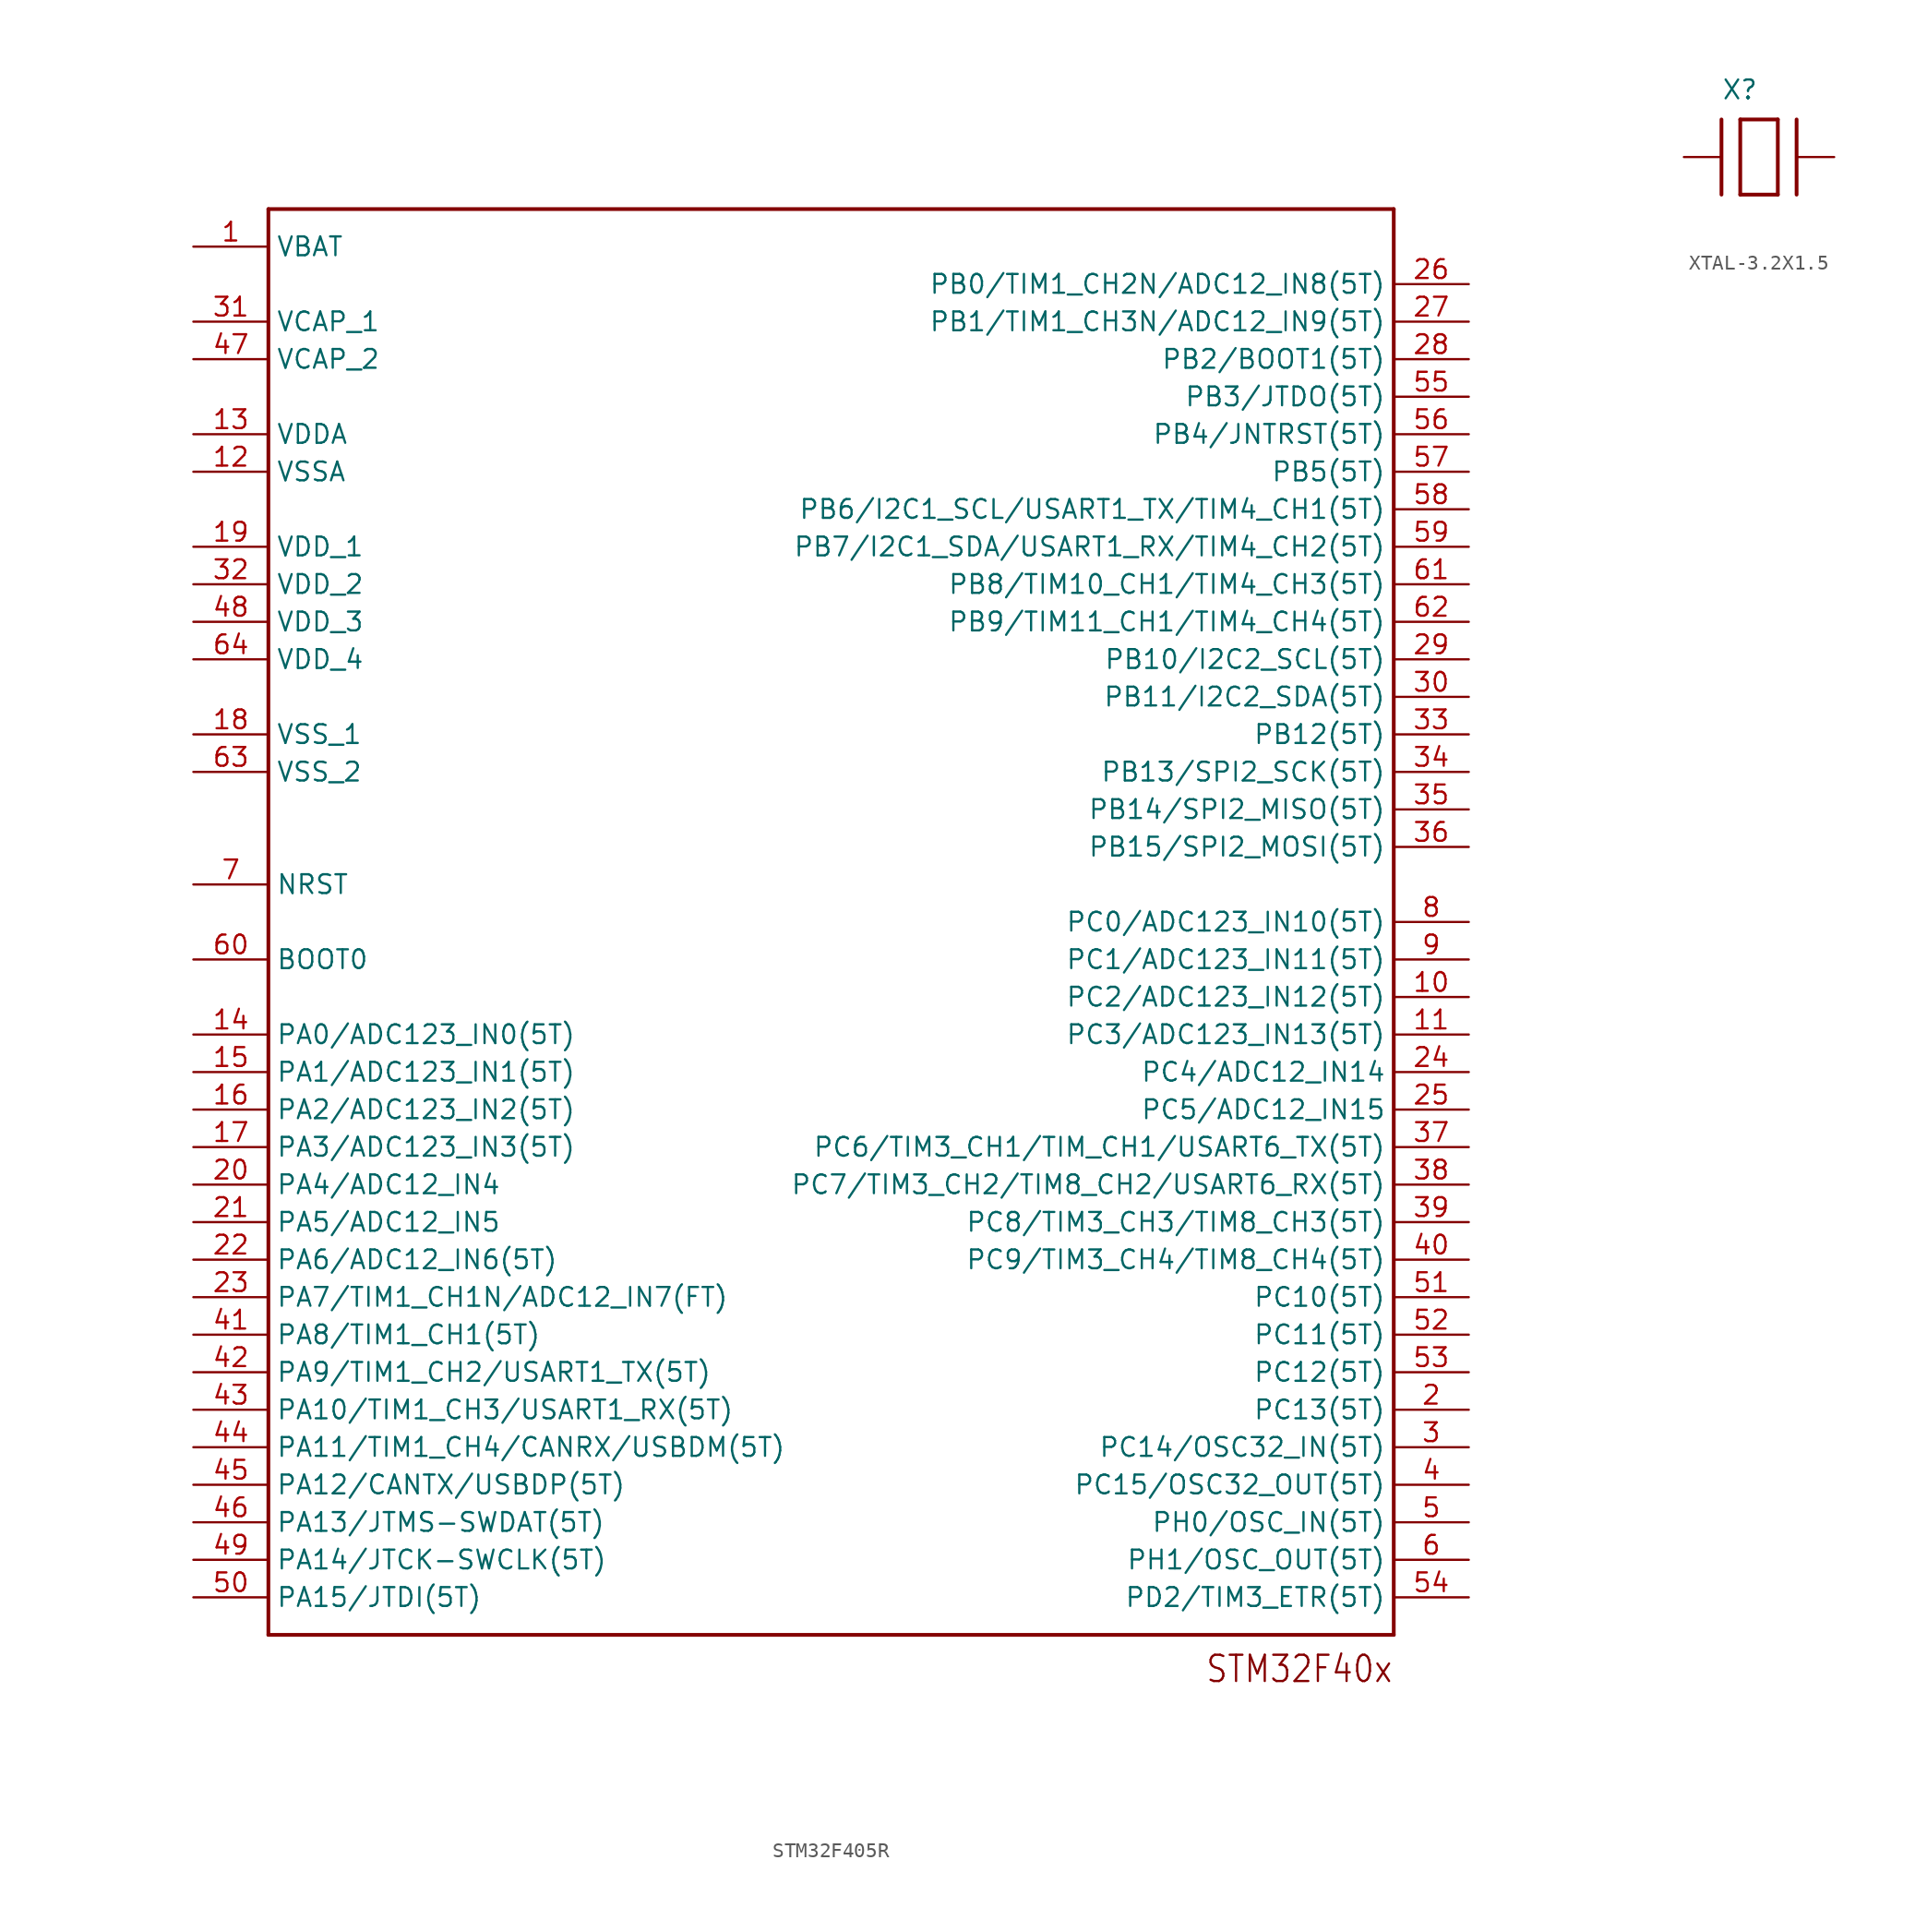
<source format=kicad_sym>
(kicad_symbol_lib
  (version 20220914)
  (generator kicad_symbol_editor)
  (symbol "STM32F405R"
    (property "Reference" ""
      (at -38.1 49.53 0)
      (effects (font (size 1.778 1.511)) (justify left bottom) hide))
    (property "ki_locked" ""
      (at 0 0 0)
      (effects (font (size 1.27 1.27))))
    (symbol "STM32F405R_1_0"
      (polyline (pts (xy -38.1 -48.26) (xy -38.1 48.26)) (stroke (width 0.254) (type solid)) (fill (type none)))
      (polyline (pts (xy -38.1 48.26) (xy 38.1 48.26)) (stroke (width 0.254) (type solid)) (fill (type none)))
      (polyline (pts (xy 38.1 -48.26) (xy -38.1 -48.26)) (stroke (width 0.254) (type solid)) (fill (type none)))
      (polyline (pts (xy 38.1 48.26) (xy 38.1 -48.26)) (stroke (width 0.254) (type solid)) (fill (type none)))
      (text "STM32F40x" (at 38.1 -49.53 0) (effects (font (size 1.778 1.511)) (justify right top)))
      (pin bidirectional line (at -43.18 45.72 0) (length 5.08) (name "VBAT" (effects (font (size 1.27 1.27)))) (number "1" (effects (font (size 1.27 1.27)))))
      (pin bidirectional line (at 43.18 -5.08 180) (length 5.08) (name "PC2/ADC123_IN12(5T)" (effects (font (size 1.27 1.27)))) (number "10" (effects (font (size 1.27 1.27)))))
      (pin bidirectional line (at 43.18 -7.62 180) (length 5.08) (name "PC3/ADC123_IN13(5T)" (effects (font (size 1.27 1.27)))) (number "11" (effects (font (size 1.27 1.27)))))
      (pin bidirectional line (at -43.18 30.48 0) (length 5.08) (name "VSSA" (effects (font (size 1.27 1.27)))) (number "12" (effects (font (size 1.27 1.27)))))
      (pin bidirectional line (at -43.18 33.02 0) (length 5.08) (name "VDDA" (effects (font (size 1.27 1.27)))) (number "13" (effects (font (size 1.27 1.27)))))
      (pin bidirectional line (at -43.18 -7.62 0) (length 5.08) (name "PA0/ADC123_IN0(5T)" (effects (font (size 1.27 1.27)))) (number "14" (effects (font (size 1.27 1.27)))))
      (pin bidirectional line (at -43.18 -10.16 0) (length 5.08) (name "PA1/ADC123_IN1(5T)" (effects (font (size 1.27 1.27)))) (number "15" (effects (font (size 1.27 1.27)))))
      (pin bidirectional line (at -43.18 -12.7 0) (length 5.08) (name "PA2/ADC123_IN2(5T)" (effects (font (size 1.27 1.27)))) (number "16" (effects (font (size 1.27 1.27)))))
      (pin bidirectional line (at -43.18 -15.24 0) (length 5.08) (name "PA3/ADC123_IN3(5T)" (effects (font (size 1.27 1.27)))) (number "17" (effects (font (size 1.27 1.27)))))
      (pin bidirectional line (at -43.18 12.7 0) (length 5.08) (name "VSS_1" (effects (font (size 1.27 1.27)))) (number "18" (effects (font (size 1.27 1.27)))))
      (pin bidirectional line (at -43.18 25.4 0) (length 5.08) (name "VDD_1" (effects (font (size 1.27 1.27)))) (number "19" (effects (font (size 1.27 1.27)))))
      (pin bidirectional line (at 43.18 -33.02 180) (length 5.08) (name "PC13(5T)" (effects (font (size 1.27 1.27)))) (number "2" (effects (font (size 1.27 1.27)))))
      (pin bidirectional line (at -43.18 -17.78 0) (length 5.08) (name "PA4/ADC12_IN4" (effects (font (size 1.27 1.27)))) (number "20" (effects (font (size 1.27 1.27)))))
      (pin bidirectional line (at -43.18 -20.32 0) (length 5.08) (name "PA5/ADC12_IN5" (effects (font (size 1.27 1.27)))) (number "21" (effects (font (size 1.27 1.27)))))
      (pin bidirectional line (at -43.18 -22.86 0) (length 5.08) (name "PA6/ADC12_IN6(5T)" (effects (font (size 1.27 1.27)))) (number "22" (effects (font (size 1.27 1.27)))))
      (pin bidirectional line (at -43.18 -25.4 0) (length 5.08) (name "PA7/TIM1_CH1N/ADC12_IN7(FT)" (effects (font (size 1.27 1.27)))) (number "23" (effects (font (size 1.27 1.27)))))
      (pin bidirectional line (at 43.18 -10.16 180) (length 5.08) (name "PC4/ADC12_IN14" (effects (font (size 1.27 1.27)))) (number "24" (effects (font (size 1.27 1.27)))))
      (pin bidirectional line (at 43.18 -12.7 180) (length 5.08) (name "PC5/ADC12_IN15" (effects (font (size 1.27 1.27)))) (number "25" (effects (font (size 1.27 1.27)))))
      (pin bidirectional line (at 43.18 43.18 180) (length 5.08) (name "PB0/TIM1_CH2N/ADC12_IN8(5T)" (effects (font (size 1.27 1.27)))) (number "26" (effects (font (size 1.27 1.27)))))
      (pin bidirectional line (at 43.18 40.64 180) (length 5.08) (name "PB1/TIM1_CH3N/ADC12_IN9(5T)" (effects (font (size 1.27 1.27)))) (number "27" (effects (font (size 1.27 1.27)))))
      (pin bidirectional line (at 43.18 38.1 180) (length 5.08) (name "PB2/BOOT1(5T)" (effects (font (size 1.27 1.27)))) (number "28" (effects (font (size 1.27 1.27)))))
      (pin bidirectional line (at 43.18 17.78 180) (length 5.08) (name "PB10/I2C2_SCL(5T)" (effects (font (size 1.27 1.27)))) (number "29" (effects (font (size 1.27 1.27)))))
      (pin bidirectional line (at 43.18 -35.56 180) (length 5.08) (name "PC14/OSC32_IN(5T)" (effects (font (size 1.27 1.27)))) (number "3" (effects (font (size 1.27 1.27)))))
      (pin bidirectional line (at 43.18 15.24 180) (length 5.08) (name "PB11/I2C2_SDA(5T)" (effects (font (size 1.27 1.27)))) (number "30" (effects (font (size 1.27 1.27)))))
      (pin bidirectional line (at -43.18 40.64 0) (length 5.08) (name "VCAP_1" (effects (font (size 1.27 1.27)))) (number "31" (effects (font (size 1.27 1.27)))))
      (pin bidirectional line (at -43.18 22.86 0) (length 5.08) (name "VDD_2" (effects (font (size 1.27 1.27)))) (number "32" (effects (font (size 1.27 1.27)))))
      (pin bidirectional line (at 43.18 12.7 180) (length 5.08) (name "PB12(5T)" (effects (font (size 1.27 1.27)))) (number "33" (effects (font (size 1.27 1.27)))))
      (pin bidirectional line (at 43.18 10.16 180) (length 5.08) (name "PB13/SPI2_SCK(5T)" (effects (font (size 1.27 1.27)))) (number "34" (effects (font (size 1.27 1.27)))))
      (pin bidirectional line (at 43.18 7.62 180) (length 5.08) (name "PB14/SPI2_MISO(5T)" (effects (font (size 1.27 1.27)))) (number "35" (effects (font (size 1.27 1.27)))))
      (pin bidirectional line (at 43.18 5.08 180) (length 5.08) (name "PB15/SPI2_MOSI(5T)" (effects (font (size 1.27 1.27)))) (number "36" (effects (font (size 1.27 1.27)))))
      (pin bidirectional line (at 43.18 -15.24 180) (length 5.08) (name "PC6/TIM3_CH1/TIM_CH1/USART6_TX(5T)" (effects (font (size 1.27 1.27)))) (number "37" (effects (font (size 1.27 1.27)))))
      (pin bidirectional line (at 43.18 -17.78 180) (length 5.08) (name "PC7/TIM3_CH2/TIM8_CH2/USART6_RX(5T)" (effects (font (size 1.27 1.27)))) (number "38" (effects (font (size 1.27 1.27)))))
      (pin bidirectional line (at 43.18 -20.32 180) (length 5.08) (name "PC8/TIM3_CH3/TIM8_CH3(5T)" (effects (font (size 1.27 1.27)))) (number "39" (effects (font (size 1.27 1.27)))))
      (pin bidirectional line (at 43.18 -38.1 180) (length 5.08) (name "PC15/OSC32_OUT(5T)" (effects (font (size 1.27 1.27)))) (number "4" (effects (font (size 1.27 1.27)))))
      (pin bidirectional line (at 43.18 -22.86 180) (length 5.08) (name "PC9/TIM3_CH4/TIM8_CH4(5T)" (effects (font (size 1.27 1.27)))) (number "40" (effects (font (size 1.27 1.27)))))
      (pin bidirectional line (at -43.18 -27.94 0) (length 5.08) (name "PA8/TIM1_CH1(5T)" (effects (font (size 1.27 1.27)))) (number "41" (effects (font (size 1.27 1.27)))))
      (pin bidirectional line (at -43.18 -30.48 0) (length 5.08) (name "PA9/TIM1_CH2/USART1_TX(5T)" (effects (font (size 1.27 1.27)))) (number "42" (effects (font (size 1.27 1.27)))))
      (pin bidirectional line (at -43.18 -33.02 0) (length 5.08) (name "PA10/TIM1_CH3/USART1_RX(5T)" (effects (font (size 1.27 1.27)))) (number "43" (effects (font (size 1.27 1.27)))))
      (pin bidirectional line (at -43.18 -35.56 0) (length 5.08) (name "PA11/TIM1_CH4/CANRX/USBDM(5T)" (effects (font (size 1.27 1.27)))) (number "44" (effects (font (size 1.27 1.27)))))
      (pin bidirectional line (at -43.18 -38.1 0) (length 5.08) (name "PA12/CANTX/USBDP(5T)" (effects (font (size 1.27 1.27)))) (number "45" (effects (font (size 1.27 1.27)))))
      (pin bidirectional line (at -43.18 -40.64 0) (length 5.08) (name "PA13/JTMS-SWDAT(5T)" (effects (font (size 1.27 1.27)))) (number "46" (effects (font (size 1.27 1.27)))))
      (pin bidirectional line (at -43.18 38.1 0) (length 5.08) (name "VCAP_2" (effects (font (size 1.27 1.27)))) (number "47" (effects (font (size 1.27 1.27)))))
      (pin bidirectional line (at -43.18 20.32 0) (length 5.08) (name "VDD_3" (effects (font (size 1.27 1.27)))) (number "48" (effects (font (size 1.27 1.27)))))
      (pin bidirectional line (at -43.18 -43.18 0) (length 5.08) (name "PA14/JTCK-SWCLK(5T)" (effects (font (size 1.27 1.27)))) (number "49" (effects (font (size 1.27 1.27)))))
      (pin bidirectional line (at 43.18 -40.64 180) (length 5.08) (name "PH0/OSC_IN(5T)" (effects (font (size 1.27 1.27)))) (number "5" (effects (font (size 1.27 1.27)))))
      (pin bidirectional line (at -43.18 -45.72 0) (length 5.08) (name "PA15/JTDI(5T)" (effects (font (size 1.27 1.27)))) (number "50" (effects (font (size 1.27 1.27)))))
      (pin bidirectional line (at 43.18 -25.4 180) (length 5.08) (name "PC10(5T)" (effects (font (size 1.27 1.27)))) (number "51" (effects (font (size 1.27 1.27)))))
      (pin bidirectional line (at 43.18 -27.94 180) (length 5.08) (name "PC11(5T)" (effects (font (size 1.27 1.27)))) (number "52" (effects (font (size 1.27 1.27)))))
      (pin bidirectional line (at 43.18 -30.48 180) (length 5.08) (name "PC12(5T)" (effects (font (size 1.27 1.27)))) (number "53" (effects (font (size 1.27 1.27)))))
      (pin bidirectional line (at 43.18 -45.72 180) (length 5.08) (name "PD2/TIM3_ETR(5T)" (effects (font (size 1.27 1.27)))) (number "54" (effects (font (size 1.27 1.27)))))
      (pin bidirectional line (at 43.18 35.56 180) (length 5.08) (name "PB3/JTDO(5T)" (effects (font (size 1.27 1.27)))) (number "55" (effects (font (size 1.27 1.27)))))
      (pin bidirectional line (at 43.18 33.02 180) (length 5.08) (name "PB4/JNTRST(5T)" (effects (font (size 1.27 1.27)))) (number "56" (effects (font (size 1.27 1.27)))))
      (pin bidirectional line (at 43.18 30.48 180) (length 5.08) (name "PB5(5T)" (effects (font (size 1.27 1.27)))) (number "57" (effects (font (size 1.27 1.27)))))
      (pin bidirectional line (at 43.18 27.94 180) (length 5.08) (name "PB6/I2C1_SCL/USART1_TX/TIM4_CH1(5T)" (effects (font (size 1.27 1.27)))) (number "58" (effects (font (size 1.27 1.27)))))
      (pin bidirectional line (at 43.18 25.4 180) (length 5.08) (name "PB7/I2C1_SDA/USART1_RX/TIM4_CH2(5T)" (effects (font (size 1.27 1.27)))) (number "59" (effects (font (size 1.27 1.27)))))
      (pin bidirectional line (at 43.18 -43.18 180) (length 5.08) (name "PH1/OSC_OUT(5T)" (effects (font (size 1.27 1.27)))) (number "6" (effects (font (size 1.27 1.27)))))
      (pin bidirectional line (at -43.18 -2.54 0) (length 5.08) (name "BOOT0" (effects (font (size 1.27 1.27)))) (number "60" (effects (font (size 1.27 1.27)))))
      (pin bidirectional line (at 43.18 22.86 180) (length 5.08) (name "PB8/TIM10_CH1/TIM4_CH3(5T)" (effects (font (size 1.27 1.27)))) (number "61" (effects (font (size 1.27 1.27)))))
      (pin bidirectional line (at 43.18 20.32 180) (length 5.08) (name "PB9/TIM11_CH1/TIM4_CH4(5T)" (effects (font (size 1.27 1.27)))) (number "62" (effects (font (size 1.27 1.27)))))
      (pin bidirectional line (at -43.18 10.16 0) (length 5.08) (name "VSS_2" (effects (font (size 1.27 1.27)))) (number "63" (effects (font (size 1.27 1.27)))))
      (pin bidirectional line (at -43.18 17.78 0) (length 5.08) (name "VDD_4" (effects (font (size 1.27 1.27)))) (number "64" (effects (font (size 1.27 1.27)))))
      (pin bidirectional line (at -43.18 2.54 0) (length 5.08) (name "NRST" (effects (font (size 1.27 1.27)))) (number "7" (effects (font (size 1.27 1.27)))))
      (pin bidirectional line (at 43.18 0 180) (length 5.08) (name "PC0/ADC123_IN10(5T)" (effects (font (size 1.27 1.27)))) (number "8" (effects (font (size 1.27 1.27)))))
      (pin bidirectional line (at 43.18 -2.54 180) (length 5.08) (name "PC1/ADC123_IN11(5T)" (effects (font (size 1.27 1.27)))) (number "9" (effects (font (size 1.27 1.27)))))))
  (symbol "XTAL-3.2X1.5"
    (property "Reference" "X"
      (at -2.54 3.81 0)
      (effects (font (size 1.27 1.27)) (justify left bottom)))
    (property "Value" ""
      (at -3.81 -5.08 0)
      (effects (font (size 1.27 1.27)) (justify left bottom)))
    (property "ki_locked" ""
      (at 0 0 0)
      (effects (font (size 1.27 1.27))))
    (symbol "XTAL-3.2X1.5_1_0"
      (polyline (pts (xy -2.54 2.54) (xy -2.54 -2.54)) (stroke (width 0.254) (type solid)) (fill (type none)))
      (polyline (pts (xy -1.27 -2.54) (xy 1.27 -2.54)) (stroke (width 0.254) (type solid)) (fill (type none)))
      (polyline (pts (xy -1.27 2.54) (xy -1.27 -2.54)) (stroke (width 0.254) (type solid)) (fill (type none)))
      (polyline (pts (xy 1.27 -2.54) (xy 1.27 2.54)) (stroke (width 0.254) (type solid)) (fill (type none)))
      (polyline (pts (xy 1.27 2.54) (xy -1.27 2.54)) (stroke (width 0.254) (type solid)) (fill (type none)))
      (polyline (pts (xy 2.54 2.54) (xy 2.54 -2.54)) (stroke (width 0.254) (type solid)) (fill (type none)))
      (pin bidirectional line (at -5.08 0 0) (length 2.54) (name "P$1" (effects (font (size 0 0)))) (number "P$1" (effects (font (size 0 0)))))
      (pin bidirectional line (at 5.08 0 180) (length 2.54) (name "P$2" (effects (font (size 0 0)))) (number "P$2" (effects (font (size 0 0))))))))
</source>
